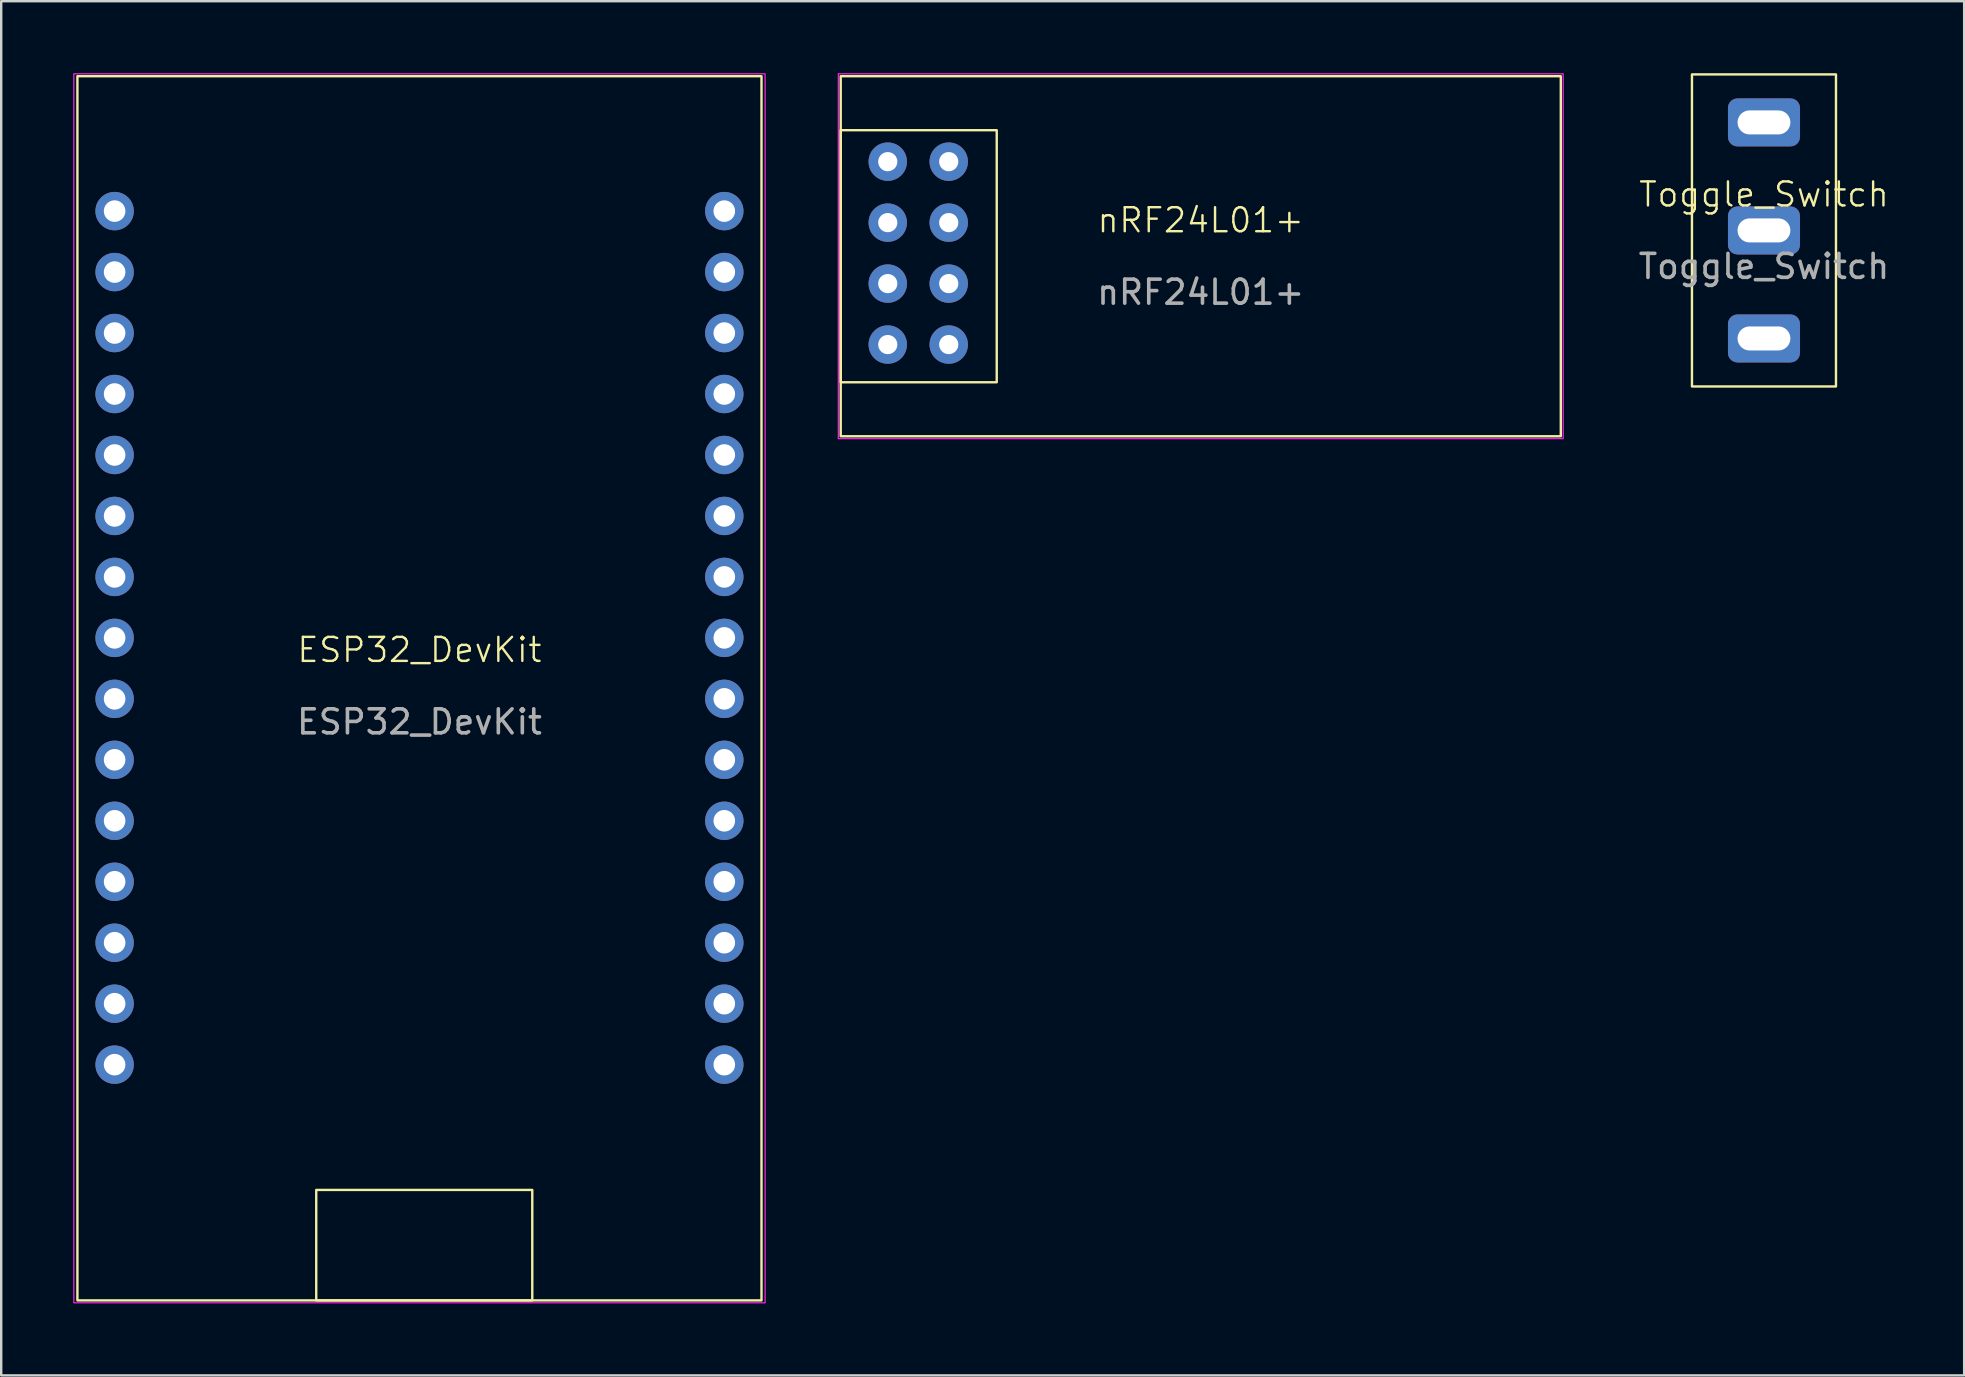
<source format=kicad_pcb>
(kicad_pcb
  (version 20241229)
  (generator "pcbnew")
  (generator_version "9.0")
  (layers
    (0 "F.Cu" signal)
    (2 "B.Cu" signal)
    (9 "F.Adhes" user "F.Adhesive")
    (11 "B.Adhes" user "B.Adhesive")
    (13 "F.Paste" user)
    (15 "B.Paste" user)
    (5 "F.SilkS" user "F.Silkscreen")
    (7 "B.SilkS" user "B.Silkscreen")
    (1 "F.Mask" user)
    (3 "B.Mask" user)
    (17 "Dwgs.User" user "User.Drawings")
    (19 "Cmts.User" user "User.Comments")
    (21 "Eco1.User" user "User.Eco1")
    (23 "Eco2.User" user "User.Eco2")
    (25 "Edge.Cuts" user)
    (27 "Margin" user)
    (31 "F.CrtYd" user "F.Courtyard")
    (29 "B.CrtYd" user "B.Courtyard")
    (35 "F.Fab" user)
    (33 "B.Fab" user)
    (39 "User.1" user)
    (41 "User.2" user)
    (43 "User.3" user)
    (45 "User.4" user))
  (footprint "nRF24L01+"
    (layer "F.Cu")
    (at 46.975 7.625)
    (property "Reference" "nRF24L01+" (at 0 -1.5 0) (unlocked yes) (layer "F.SilkS") (effects (font (size 1 1) (thickness 0.1))))
    (attr through_hole)
    (fp_rect (start -15 -7.5) (end 15 7.5) (stroke (width 0.1) (type default)) (fill no) (layer "F.SilkS"))
    (fp_rect (start -15 -5.25) (end -8.5 5.25) (stroke (width 0.1) (type default)) (fill no) (layer "F.SilkS"))
    (fp_rect (start -15.1 -7.6) (end 15.1 7.6) (stroke (width 0.05) (type default)) (fill no) (layer "F.CrtYd"))
    (fp_text user "${REFERENCE}" (at 0 1.5 0) (unlocked yes) (layer "F.Fab") (effects (font (size 1 1) (thickness 0.15))))
    (pad "1" thru_hole circle (at -13.04 -3.94) (size 1.6 1.6) (drill 0.8) (layers "*.Cu" "*.Mask"))
    (pad "2" thru_hole circle (at -10.5 -3.94) (size 1.6 1.6) (drill 0.8) (layers "*.Cu" "*.Mask"))
    (pad "3" thru_hole circle (at -13.04 -1.4) (size 1.6 1.6) (drill 0.8) (layers "*.Cu" "*.Mask"))
    (pad "4" thru_hole circle (at -10.5 -1.4) (size 1.6 1.6) (drill 0.8) (layers "*.Cu" "*.Mask"))
    (pad "5" thru_hole circle (at -13.04 1.14) (size 1.6 1.6) (drill 0.8) (layers "*.Cu" "*.Mask"))
    (pad "6" thru_hole circle (at -10.5 1.14) (size 1.6 1.6) (drill 0.8) (layers "*.Cu" "*.Mask"))
    (pad "7" thru_hole circle (at -13.04 3.68) (size 1.6 1.6) (drill 0.8) (layers "*.Cu" "*.Mask"))
    (pad "8" thru_hole circle (at -10.5 3.68) (size 1.6 1.6) (drill 0.8) (layers "*.Cu" "*.Mask")))
  (footprint "Toggle_Switch"
    (layer "F.Cu")
    (at 70.439 6.55)
    (property "Reference" "Toggle_Switch" (at 0 -1.5 0) (unlocked yes) (layer "F.SilkS") (effects (font (size 1 1) (thickness 0.1))))
    (attr through_hole)
    (fp_rect (start -3 -6.5) (end 3 6.5) (stroke (width 0.1) (type default)) (fill no) (layer "F.SilkS"))
    (fp_text user "${REFERENCE}" (at 0 1.5 0) (unlocked yes) (layer "F.Fab") (effects (font (size 1 1) (thickness 0.15))))
    (pad "1" thru_hole roundrect (at 0 4.5 180) (size 3 2) (drill oval 2.2 1) (layers "*.Cu" "*.Mask") (roundrect_rratio 0.197))
    (pad "2" thru_hole roundrect (at 0 0 180) (size 3 2) (drill oval 2.2 1) (layers "*.Cu" "*.Mask") (roundrect_rratio 0.197))
    (pad "3" thru_hole roundrect (at 0 -4.5 180) (size 3 2) (drill oval 2.2 1) (layers "*.Cu" "*.Mask") (roundrect_rratio 0.197)))
  (footprint "ESP32_DevKit"
    (layer "F.Cu")
    (at 14.425 25.625)
    (property "Reference" "ESP32_DevKit" (at 0 -1.6 0) (unlocked yes) (layer "F.SilkS") (effects (font (size 1 1) (thickness 0.1))))
    (attr through_hole)
    (fp_rect (start -14.25 -25.5) (end 14.25 25.5) (stroke (width 0.1) (type default)) (fill no) (layer "F.SilkS"))
    (fp_rect (start -4.3 20.9) (end 4.7 25.5) (stroke (width 0.1) (type default)) (fill no) (layer "F.SilkS"))
    (fp_rect (start -14.4 -25.6) (end 14.4 25.6) (stroke (width 0.05) (type default)) (fill no) (layer "F.CrtYd"))
    (fp_text user "${REFERENCE}" (at 0 1.4 0) (unlocked yes) (layer "F.Fab") (effects (font (size 1 1) (thickness 0.15))))
    (pad "1" thru_hole circle (at -12.7 -19.88) (size 1.6 1.6) (drill 0.9) (layers "*.Cu" "*.Mask"))
    (pad "2" thru_hole circle (at -12.7 -17.34) (size 1.6 1.6) (drill 0.9) (layers "*.Cu" "*.Mask"))
    (pad "3" thru_hole circle (at -12.7 -14.8) (size 1.6 1.6) (drill 0.9) (layers "*.Cu" "*.Mask"))
    (pad "4" thru_hole circle (at -12.7 -12.26) (size 1.6 1.6) (drill 0.9) (layers "*.Cu" "*.Mask"))
    (pad "5" thru_hole circle (at -12.7 -9.72) (size 1.6 1.6) (drill 0.9) (layers "*.Cu" "*.Mask"))
    (pad "6" thru_hole circle (at -12.7 -7.18) (size 1.6 1.6) (drill 0.9) (layers "*.Cu" "*.Mask"))
    (pad "7" thru_hole circle (at -12.7 -4.64) (size 1.6 1.6) (drill 0.9) (layers "*.Cu" "*.Mask"))
    (pad "8" thru_hole circle (at -12.7 -2.1) (size 1.6 1.6) (drill 0.9) (layers "*.Cu" "*.Mask"))
    (pad "9" thru_hole circle (at -12.7 0.44) (size 1.6 1.6) (drill 0.9) (layers "*.Cu" "*.Mask"))
    (pad "10" thru_hole circle (at -12.7 2.98) (size 1.6 1.6) (drill 0.9) (layers "*.Cu" "*.Mask"))
    (pad "11" thru_hole circle (at -12.7 5.52) (size 1.6 1.6) (drill 0.9) (layers "*.Cu" "*.Mask"))
    (pad "12" thru_hole circle (at -12.7 8.06) (size 1.6 1.6) (drill 0.9) (layers "*.Cu" "*.Mask"))
    (pad "13" thru_hole circle (at -12.7 10.6) (size 1.6 1.6) (drill 0.9) (layers "*.Cu" "*.Mask"))
    (pad "14" thru_hole circle (at -12.7 13.14) (size 1.6 1.6) (drill 0.9) (layers "*.Cu" "*.Mask"))
    (pad "15" thru_hole circle (at -12.7 15.68) (size 1.6 1.6) (drill 0.9) (layers "*.Cu" "*.Mask"))
    (pad "16" thru_hole circle (at 12.7 -19.88) (size 1.6 1.6) (drill 0.9) (layers "*.Cu" "*.Mask"))
    (pad "17" thru_hole circle (at 12.7 -17.34) (size 1.6 1.6) (drill 0.9) (layers "*.Cu" "*.Mask"))
    (pad "18" thru_hole circle (at 12.7 -14.8) (size 1.6 1.6) (drill 0.9) (layers "*.Cu" "*.Mask"))
    (pad "19" thru_hole circle (at 12.7 -12.26) (size 1.6 1.6) (drill 0.9) (layers "*.Cu" "*.Mask"))
    (pad "20" thru_hole circle (at 12.7 -9.72) (size 1.6 1.6) (drill 0.9) (layers "*.Cu" "*.Mask"))
    (pad "21" thru_hole circle (at 12.7 -7.18) (size 1.6 1.6) (drill 0.9) (layers "*.Cu" "*.Mask"))
    (pad "22" thru_hole circle (at 12.7 -4.64) (size 1.6 1.6) (drill 0.9) (layers "*.Cu" "*.Mask"))
    (pad "23" thru_hole circle (at 12.7 -2.1) (size 1.6 1.6) (drill 0.9) (layers "*.Cu" "*.Mask"))
    (pad "24" thru_hole circle (at 12.7 0.44) (size 1.6 1.6) (drill 0.9) (layers "*.Cu" "*.Mask"))
    (pad "25" thru_hole circle (at 12.7 2.98) (size 1.6 1.6) (drill 0.9) (layers "*.Cu" "*.Mask"))
    (pad "26" thru_hole circle (at 12.7 5.52) (size 1.6 1.6) (drill 0.9) (layers "*.Cu" "*.Mask"))
    (pad "27" thru_hole circle (at 12.7 8.06) (size 1.6 1.6) (drill 0.9) (layers "*.Cu" "*.Mask"))
    (pad "28" thru_hole circle (at 12.7 10.6) (size 1.6 1.6) (drill 0.9) (layers "*.Cu" "*.Mask"))
    (pad "29" thru_hole circle (at 12.7 13.14) (size 1.6 1.6) (drill 0.9) (layers "*.Cu" "*.Mask"))
    (pad "30" thru_hole circle (at 12.7 15.68) (size 1.6 1.6) (drill 0.9) (layers "*.Cu" "*.Mask")))
  (gr_rect
    (start -3 -3)
    (end 78.779 54.25)
    (stroke (width 0.1) (type default))
    (fill no)
    (layer "Edge.Cuts")))
</source>
